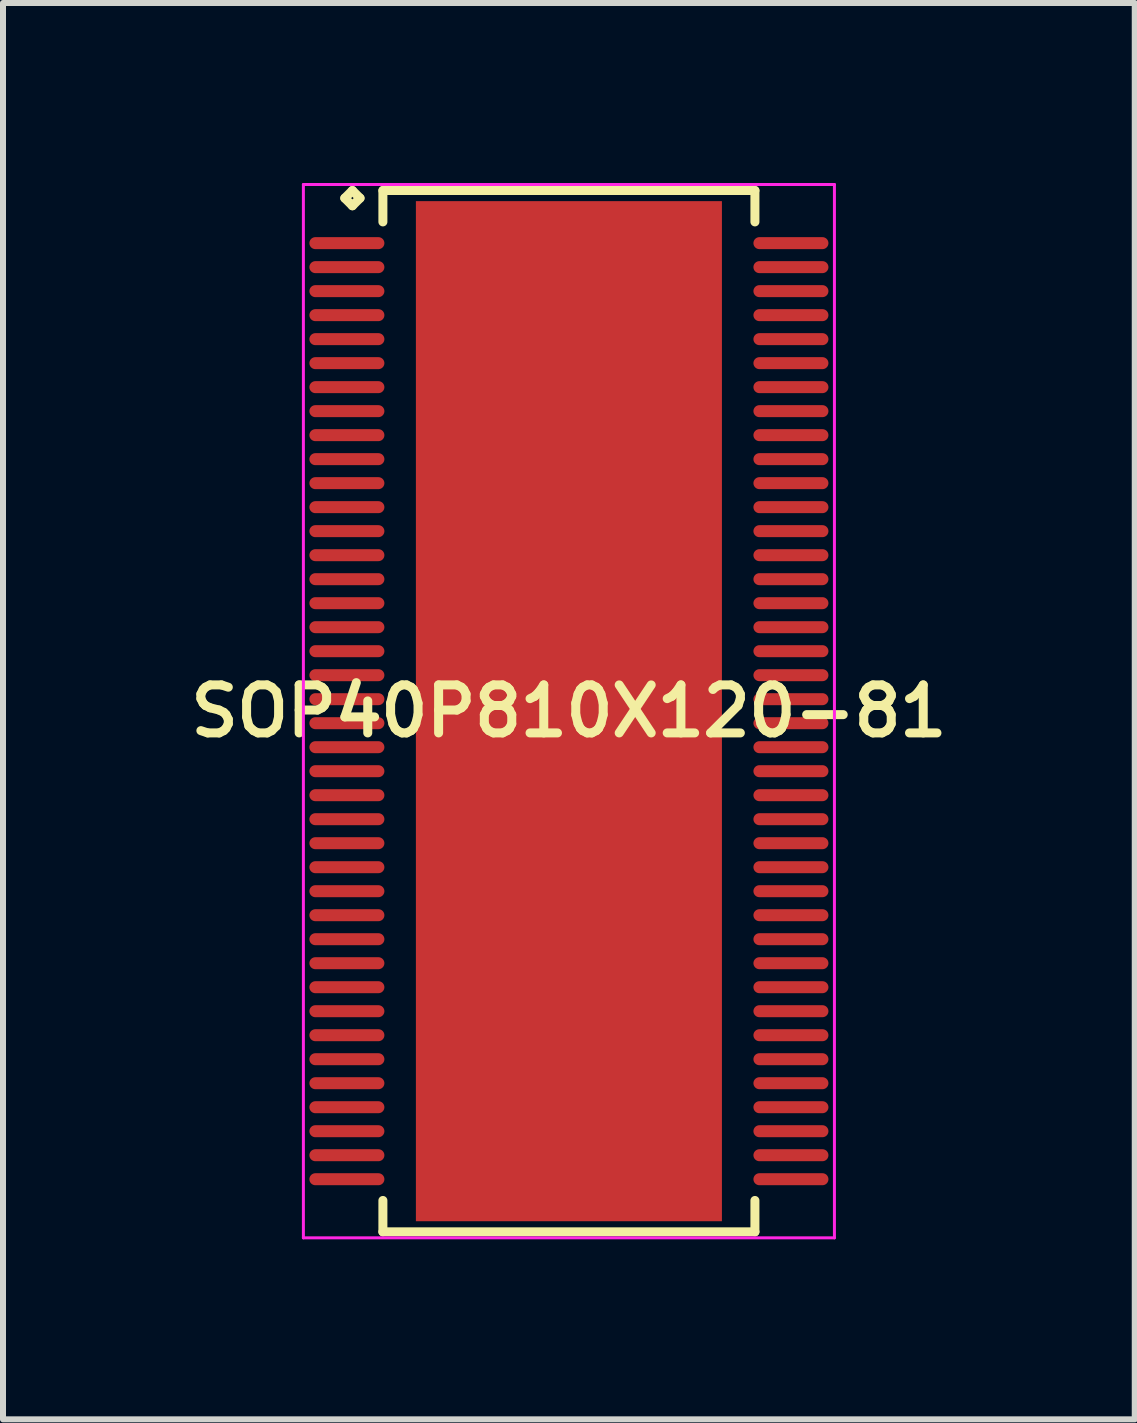
<source format=kicad_pcb>
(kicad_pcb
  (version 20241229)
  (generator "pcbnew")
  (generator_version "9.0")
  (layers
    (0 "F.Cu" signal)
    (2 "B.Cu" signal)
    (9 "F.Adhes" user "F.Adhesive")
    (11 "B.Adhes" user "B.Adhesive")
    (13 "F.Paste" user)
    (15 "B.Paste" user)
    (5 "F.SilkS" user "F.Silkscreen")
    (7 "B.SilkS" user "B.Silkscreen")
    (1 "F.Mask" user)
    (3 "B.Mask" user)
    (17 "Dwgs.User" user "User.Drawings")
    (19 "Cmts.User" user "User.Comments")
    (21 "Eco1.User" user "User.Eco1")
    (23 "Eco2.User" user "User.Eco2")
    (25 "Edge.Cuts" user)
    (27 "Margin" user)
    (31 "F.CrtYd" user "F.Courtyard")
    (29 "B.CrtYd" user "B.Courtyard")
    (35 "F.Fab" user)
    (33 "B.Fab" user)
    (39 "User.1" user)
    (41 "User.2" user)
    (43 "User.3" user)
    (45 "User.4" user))
  (footprint "SOP40P810X120-81"
    (layer "F.Cu")
    (at 6.431 8.802)
    (property "Reference" "SOP40P810X120-81" (at 0 0 0) (layer "F.SilkS") (effects (font (size 0.8 0.8) (thickness 0.15))))
    (attr smd)
    (fp_line (start -3.735 -8.55) (end -3.608 -8.677) (stroke (width 0.15) (type solid)) (layer "F.SilkS"))
    (fp_line (start -3.608 -8.677) (end -3.481 -8.55) (stroke (width 0.15) (type solid)) (layer "F.SilkS"))
    (fp_line (start -3.608 -8.423) (end -3.735 -8.55) (stroke (width 0.15) (type solid)) (layer "F.SilkS"))
    (fp_line (start -3.481 -8.55) (end -3.608 -8.423) (stroke (width 0.15) (type solid)) (layer "F.SilkS"))
    (fp_line (start -3.1 -8.677) (end 3.1 -8.677) (stroke (width 0.15) (type solid)) (layer "F.SilkS"))
    (fp_line (start -3.1 -8.154) (end -3.1 -8.677) (stroke (width 0.15) (type solid)) (layer "F.SilkS"))
    (fp_line (start -3.1 8.154) (end -3.1 8.677) (stroke (width 0.15) (type solid)) (layer "F.SilkS"))
    (fp_line (start -3.1 8.677) (end 3.1 8.677) (stroke (width 0.15) (type solid)) (layer "F.SilkS"))
    (fp_line (start 3.1 -8.677) (end 3.1 -8.154) (stroke (width 0.15) (type solid)) (layer "F.SilkS"))
    (fp_line (start 3.1 8.677) (end 3.1 8.154) (stroke (width 0.15) (type solid)) (layer "F.SilkS"))
    (fp_line (start -4.425 -8.777) (end 4.425 -8.777) (stroke (width 0.05) (type solid)) (layer "F.CrtYd"))
    (fp_line (start -4.425 8.777) (end -4.425 -8.777) (stroke (width 0.05) (type solid)) (layer "F.CrtYd"))
    (fp_line (start 4.425 -8.777) (end 4.425 8.777) (stroke (width 0.05) (type solid)) (layer "F.CrtYd"))
    (fp_line (start 4.425 8.777) (end -4.425 8.777) (stroke (width 0.05) (type solid)) (layer "F.CrtYd"))
    (pad "1" smd oval (at -3.7 -7.8) (size 1.25 0.2) (layers "F.Cu" "F.Mask" "F.Paste"))
    (pad "2" smd oval (at -3.7 -7.4) (size 1.25 0.2) (layers "F.Cu" "F.Mask" "F.Paste"))
    (pad "3" smd oval (at -3.7 -7) (size 1.25 0.2) (layers "F.Cu" "F.Mask" "F.Paste"))
    (pad "4" smd oval (at -3.7 -6.6) (size 1.25 0.2) (layers "F.Cu" "F.Mask" "F.Paste"))
    (pad "5" smd oval (at -3.7 -6.2) (size 1.25 0.2) (layers "F.Cu" "F.Mask" "F.Paste"))
    (pad "6" smd oval (at -3.7 -5.8) (size 1.25 0.2) (layers "F.Cu" "F.Mask" "F.Paste"))
    (pad "7" smd oval (at -3.7 -5.4) (size 1.25 0.2) (layers "F.Cu" "F.Mask" "F.Paste"))
    (pad "8" smd oval (at -3.7 -5) (size 1.25 0.2) (layers "F.Cu" "F.Mask" "F.Paste"))
    (pad "9" smd oval (at -3.7 -4.6) (size 1.25 0.2) (layers "F.Cu" "F.Mask" "F.Paste"))
    (pad "10" smd oval (at -3.7 -4.2) (size 1.25 0.2) (layers "F.Cu" "F.Mask" "F.Paste"))
    (pad "11" smd oval (at -3.7 -3.8) (size 1.25 0.2) (layers "F.Cu" "F.Mask" "F.Paste"))
    (pad "12" smd oval (at -3.7 -3.4) (size 1.25 0.2) (layers "F.Cu" "F.Mask" "F.Paste"))
    (pad "13" smd oval (at -3.7 -3) (size 1.25 0.2) (layers "F.Cu" "F.Mask" "F.Paste"))
    (pad "14" smd oval (at -3.7 -2.6) (size 1.25 0.2) (layers "F.Cu" "F.Mask" "F.Paste"))
    (pad "15" smd oval (at -3.7 -2.2) (size 1.25 0.2) (layers "F.Cu" "F.Mask" "F.Paste"))
    (pad "16" smd oval (at -3.7 -1.8) (size 1.25 0.2) (layers "F.Cu" "F.Mask" "F.Paste"))
    (pad "17" smd oval (at -3.7 -1.4) (size 1.25 0.2) (layers "F.Cu" "F.Mask" "F.Paste"))
    (pad "18" smd oval (at -3.7 -1) (size 1.25 0.2) (layers "F.Cu" "F.Mask" "F.Paste"))
    (pad "19" smd oval (at -3.7 -0.6) (size 1.25 0.2) (layers "F.Cu" "F.Mask" "F.Paste"))
    (pad "20" smd oval (at -3.7 -0.2) (size 1.25 0.2) (layers "F.Cu" "F.Mask" "F.Paste"))
    (pad "21" smd oval (at -3.7 0.2) (size 1.25 0.2) (layers "F.Cu" "F.Mask" "F.Paste"))
    (pad "22" smd oval (at -3.7 0.6) (size 1.25 0.2) (layers "F.Cu" "F.Mask" "F.Paste"))
    (pad "23" smd oval (at -3.7 1) (size 1.25 0.2) (layers "F.Cu" "F.Mask" "F.Paste"))
    (pad "24" smd oval (at -3.7 1.4) (size 1.25 0.2) (layers "F.Cu" "F.Mask" "F.Paste"))
    (pad "25" smd oval (at -3.7 1.8) (size 1.25 0.2) (layers "F.Cu" "F.Mask" "F.Paste"))
    (pad "26" smd oval (at -3.7 2.2) (size 1.25 0.2) (layers "F.Cu" "F.Mask" "F.Paste"))
    (pad "27" smd oval (at -3.7 2.6) (size 1.25 0.2) (layers "F.Cu" "F.Mask" "F.Paste"))
    (pad "28" smd oval (at -3.7 3) (size 1.25 0.2) (layers "F.Cu" "F.Mask" "F.Paste"))
    (pad "29" smd oval (at -3.7 3.4) (size 1.25 0.2) (layers "F.Cu" "F.Mask" "F.Paste"))
    (pad "30" smd oval (at -3.7 3.8) (size 1.25 0.2) (layers "F.Cu" "F.Mask" "F.Paste"))
    (pad "31" smd oval (at -3.7 4.2) (size 1.25 0.2) (layers "F.Cu" "F.Mask" "F.Paste"))
    (pad "32" smd oval (at -3.7 4.6) (size 1.25 0.2) (layers "F.Cu" "F.Mask" "F.Paste"))
    (pad "33" smd oval (at -3.7 5) (size 1.25 0.2) (layers "F.Cu" "F.Mask" "F.Paste"))
    (pad "34" smd oval (at -3.7 5.4) (size 1.25 0.2) (layers "F.Cu" "F.Mask" "F.Paste"))
    (pad "35" smd oval (at -3.7 5.8) (size 1.25 0.2) (layers "F.Cu" "F.Mask" "F.Paste"))
    (pad "36" smd oval (at -3.7 6.2) (size 1.25 0.2) (layers "F.Cu" "F.Mask" "F.Paste"))
    (pad "37" smd oval (at -3.7 6.6) (size 1.25 0.2) (layers "F.Cu" "F.Mask" "F.Paste"))
    (pad "38" smd oval (at -3.7 7) (size 1.25 0.2) (layers "F.Cu" "F.Mask" "F.Paste"))
    (pad "39" smd oval (at -3.7 7.4) (size 1.25 0.2) (layers "F.Cu" "F.Mask" "F.Paste"))
    (pad "40" smd oval (at -3.7 7.8) (size 1.25 0.2) (layers "F.Cu" "F.Mask" "F.Paste"))
    (pad "41" smd oval (at 3.7 7.8) (size 1.25 0.2) (layers "F.Cu" "F.Mask" "F.Paste"))
    (pad "42" smd oval (at 3.7 7.4) (size 1.25 0.2) (layers "F.Cu" "F.Mask" "F.Paste"))
    (pad "43" smd oval (at 3.7 7) (size 1.25 0.2) (layers "F.Cu" "F.Mask" "F.Paste"))
    (pad "44" smd oval (at 3.7 6.6) (size 1.25 0.2) (layers "F.Cu" "F.Mask" "F.Paste"))
    (pad "45" smd oval (at 3.7 6.2) (size 1.25 0.2) (layers "F.Cu" "F.Mask" "F.Paste"))
    (pad "46" smd oval (at 3.7 5.8) (size 1.25 0.2) (layers "F.Cu" "F.Mask" "F.Paste"))
    (pad "47" smd oval (at 3.7 5.4) (size 1.25 0.2) (layers "F.Cu" "F.Mask" "F.Paste"))
    (pad "48" smd oval (at 3.7 5) (size 1.25 0.2) (layers "F.Cu" "F.Mask" "F.Paste"))
    (pad "49" smd oval (at 3.7 4.6) (size 1.25 0.2) (layers "F.Cu" "F.Mask" "F.Paste"))
    (pad "50" smd oval (at 3.7 4.2) (size 1.25 0.2) (layers "F.Cu" "F.Mask" "F.Paste"))
    (pad "51" smd oval (at 3.7 3.8) (size 1.25 0.2) (layers "F.Cu" "F.Mask" "F.Paste"))
    (pad "52" smd oval (at 3.7 3.4) (size 1.25 0.2) (layers "F.Cu" "F.Mask" "F.Paste"))
    (pad "53" smd oval (at 3.7 3) (size 1.25 0.2) (layers "F.Cu" "F.Mask" "F.Paste"))
    (pad "54" smd oval (at 3.7 2.6) (size 1.25 0.2) (layers "F.Cu" "F.Mask" "F.Paste"))
    (pad "55" smd oval (at 3.7 2.2) (size 1.25 0.2) (layers "F.Cu" "F.Mask" "F.Paste"))
    (pad "56" smd oval (at 3.7 1.8) (size 1.25 0.2) (layers "F.Cu" "F.Mask" "F.Paste"))
    (pad "57" smd oval (at 3.7 1.4) (size 1.25 0.2) (layers "F.Cu" "F.Mask" "F.Paste"))
    (pad "58" smd oval (at 3.7 1) (size 1.25 0.2) (layers "F.Cu" "F.Mask" "F.Paste"))
    (pad "59" smd oval (at 3.7 0.6) (size 1.25 0.2) (layers "F.Cu" "F.Mask" "F.Paste"))
    (pad "60" smd oval (at 3.7 0.2) (size 1.25 0.2) (layers "F.Cu" "F.Mask" "F.Paste"))
    (pad "61" smd oval (at 3.7 -0.2) (size 1.25 0.2) (layers "F.Cu" "F.Mask" "F.Paste"))
    (pad "62" smd oval (at 3.7 -0.6) (size 1.25 0.2) (layers "F.Cu" "F.Mask" "F.Paste"))
    (pad "63" smd oval (at 3.7 -1) (size 1.25 0.2) (layers "F.Cu" "F.Mask" "F.Paste"))
    (pad "64" smd oval (at 3.7 -1.4) (size 1.25 0.2) (layers "F.Cu" "F.Mask" "F.Paste"))
    (pad "65" smd oval (at 3.7 -1.8) (size 1.25 0.2) (layers "F.Cu" "F.Mask" "F.Paste"))
    (pad "66" smd oval (at 3.7 -2.2) (size 1.25 0.2) (layers "F.Cu" "F.Mask" "F.Paste"))
    (pad "67" smd oval (at 3.7 -2.6) (size 1.25 0.2) (layers "F.Cu" "F.Mask" "F.Paste"))
    (pad "68" smd oval (at 3.7 -3) (size 1.25 0.2) (layers "F.Cu" "F.Mask" "F.Paste"))
    (pad "69" smd oval (at 3.7 -3.4) (size 1.25 0.2) (layers "F.Cu" "F.Mask" "F.Paste"))
    (pad "70" smd oval (at 3.7 -3.8) (size 1.25 0.2) (layers "F.Cu" "F.Mask" "F.Paste"))
    (pad "71" smd oval (at 3.7 -4.2) (size 1.25 0.2) (layers "F.Cu" "F.Mask" "F.Paste"))
    (pad "72" smd oval (at 3.7 -4.6) (size 1.25 0.2) (layers "F.Cu" "F.Mask" "F.Paste"))
    (pad "73" smd oval (at 3.7 -5) (size 1.25 0.2) (layers "F.Cu" "F.Mask" "F.Paste"))
    (pad "74" smd oval (at 3.7 -5.4) (size 1.25 0.2) (layers "F.Cu" "F.Mask" "F.Paste"))
    (pad "75" smd oval (at 3.7 -5.8) (size 1.25 0.2) (layers "F.Cu" "F.Mask" "F.Paste"))
    (pad "76" smd oval (at 3.7 -6.2) (size 1.25 0.2) (layers "F.Cu" "F.Mask" "F.Paste"))
    (pad "77" smd oval (at 3.7 -6.6) (size 1.25 0.2) (layers "F.Cu" "F.Mask" "F.Paste"))
    (pad "78" smd oval (at 3.7 -7) (size 1.25 0.2) (layers "F.Cu" "F.Mask" "F.Paste"))
    (pad "79" smd oval (at 3.7 -7.4) (size 1.25 0.2) (layers "F.Cu" "F.Mask" "F.Paste"))
    (pad "80" smd oval (at 3.7 -7.8) (size 1.25 0.2) (layers "F.Cu" "F.Mask" "F.Paste"))
    (pad "81" smd rect (at 0 0) (size 5.1 17) (layers "F.Cu" "F.Mask" "F.Paste")))
  (gr_rect
    (start -3 -3)
    (end 15.861 20.604)
    (stroke (width 0.1) (type default))
    (fill no)
    (layer "Edge.Cuts")))
</source>
